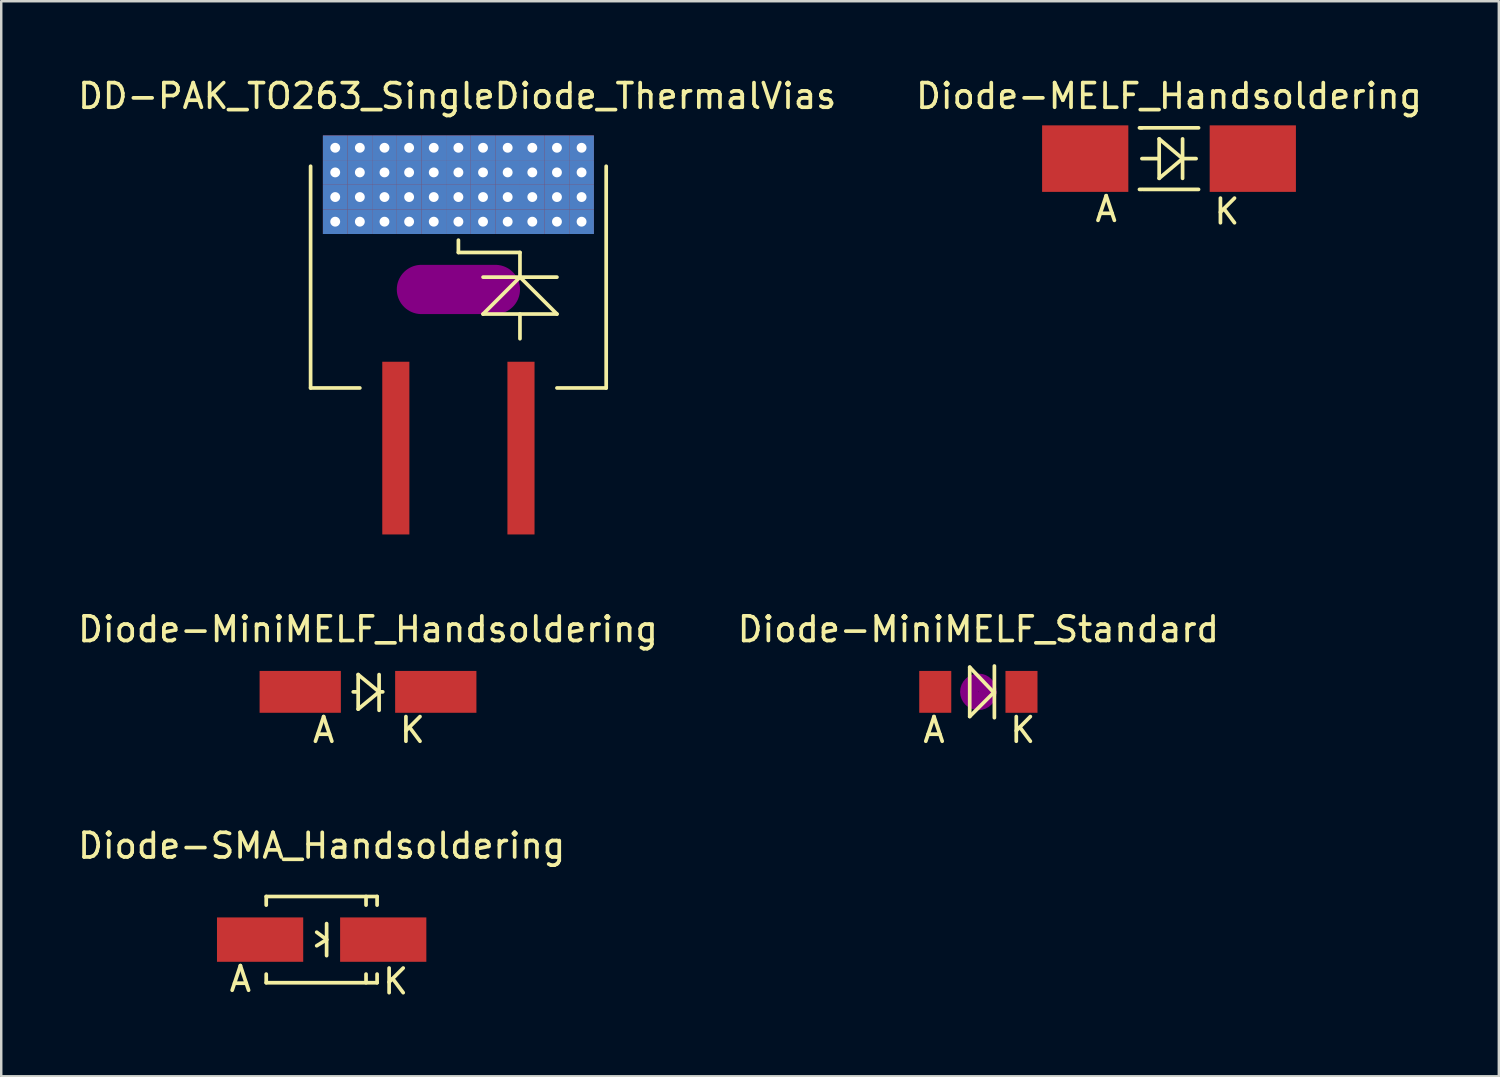
<source format=kicad_pcb>
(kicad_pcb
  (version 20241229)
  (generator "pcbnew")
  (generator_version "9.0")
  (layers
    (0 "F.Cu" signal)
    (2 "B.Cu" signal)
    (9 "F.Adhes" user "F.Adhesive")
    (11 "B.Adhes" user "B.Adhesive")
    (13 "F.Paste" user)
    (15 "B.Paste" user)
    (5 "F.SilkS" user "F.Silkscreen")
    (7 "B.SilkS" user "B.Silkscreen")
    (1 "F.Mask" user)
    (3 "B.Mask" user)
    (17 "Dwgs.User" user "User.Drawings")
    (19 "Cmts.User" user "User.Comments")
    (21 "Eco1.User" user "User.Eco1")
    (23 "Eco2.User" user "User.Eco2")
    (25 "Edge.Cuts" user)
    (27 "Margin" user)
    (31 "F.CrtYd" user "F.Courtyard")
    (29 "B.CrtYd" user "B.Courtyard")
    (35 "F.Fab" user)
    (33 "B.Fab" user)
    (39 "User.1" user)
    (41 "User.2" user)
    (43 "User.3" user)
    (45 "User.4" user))
  (footprint "Diode-MiniMELF_Standard"
    (layer "F.Cu")
    (at 36.661 25.032)
    (property "Reference" "Diode-MiniMELF_Standard" (at 0 -2.54 0) (layer "F.SilkS") (effects (font (size 1 1) (thickness 0.15))))
    (attr smd)
    (fp_line (start -0.351 -1.001) (end -0.351 1.001) (stroke (width 0.15) (type solid)) (layer "F.SilkS"))
    (fp_line (start -0.351 1.001) (end 0.65 0) (stroke (width 0.15) (type solid)) (layer "F.SilkS"))
    (fp_line (start 0.65 -1.049) (end 0.65 1.049) (stroke (width 0.15) (type solid)) (layer "F.SilkS"))
    (fp_line (start 0.65 0.051) (end -0.351 -1.001) (stroke (width 0.15) (type solid)) (layer "F.SilkS"))
    (fp_circle (center 0 0) (end 0 0.201) (stroke (width 0.381) (type solid)) (fill no) (layer "F.Adhes"))
    (fp_circle (center 0 0) (end 0 0.551) (stroke (width 0.381) (type solid)) (fill no) (layer "F.Adhes"))
    (fp_text user "A" (at -1.801 1.549 0) (layer "F.SilkS") (effects (font (size 1 1) (thickness 0.15))))
    (fp_text user "K" (at 1.801 1.549 0) (layer "F.SilkS") (effects (font (size 1 1) (thickness 0.15))))
    (pad "1" smd rect (at -1.75 0) (size 1.3 1.699) (layers "F.Cu" "F.Mask" "F.Paste"))
    (pad "2" smd rect (at 1.75 0) (size 1.3 1.699) (layers "F.Cu" "F.Mask" "F.Paste")))
  (footprint "Diode-MiniMELF_Handsoldering"
    (layer "F.Cu")
    (at 11.887 25.032)
    (property "Reference" "Diode-MiniMELF_Handsoldering" (at 0 -2.54 0) (layer "F.SilkS") (effects (font (size 1 1) (thickness 0.15))))
    (attr smd)
    (fp_line (start -0.399 -0.701) (end -0.399 0.701) (stroke (width 0.15) (type solid)) (layer "F.SilkS"))
    (fp_line (start -0.399 0) (end -0.599 0) (stroke (width 0.15) (type solid)) (layer "F.SilkS"))
    (fp_line (start -0.399 0.701) (end 0.45 0) (stroke (width 0.15) (type solid)) (layer "F.SilkS"))
    (fp_line (start 0.45 0) (end -0.399 -0.701) (stroke (width 0.15) (type solid)) (layer "F.SilkS"))
    (fp_line (start 0.45 0) (end 0.45 -0.701) (stroke (width 0.15) (type solid)) (layer "F.SilkS"))
    (fp_line (start 0.45 0) (end 0.45 0.749) (stroke (width 0.15) (type solid)) (layer "F.SilkS"))
    (fp_line (start 0.45 0) (end 0.599 0) (stroke (width 0.15) (type solid)) (layer "F.SilkS"))
    (fp_text user "K" (at 1.801 1.549 0) (layer "F.SilkS") (effects (font (size 1 1) (thickness 0.15))))
    (fp_text user "A" (at -1.801 1.549 0) (layer "F.SilkS") (effects (font (size 1 1) (thickness 0.15))))
    (pad "1" smd rect (at -2.751 0) (size 3.299 1.699) (layers "F.Cu" "F.Mask" "F.Paste"))
    (pad "2" smd rect (at 2.751 0) (size 3.299 1.699) (layers "F.Cu" "F.Mask" "F.Paste")))
  (footprint "Diode-MELF_Handsoldering"
    (layer "F.Cu")
    (at 44.399 3.388)
    (property "Reference" "Diode-MELF_Handsoldering" (at 0 -2.54 0) (layer "F.SilkS") (effects (font (size 1 1) (thickness 0.15))))
    (attr smd)
    (fp_line (start -1.1 -1.25) (end -1.199 -1.25) (stroke (width 0.15) (type solid)) (layer "F.SilkS"))
    (fp_line (start -1.1 1.25) (end -1.199 1.25) (stroke (width 0.15) (type solid)) (layer "F.SilkS"))
    (fp_line (start -0.399 -0.8) (end -0.399 0.8) (stroke (width 0.15) (type solid)) (layer "F.SilkS"))
    (fp_line (start -0.399 0) (end -1.1 0) (stroke (width 0.15) (type solid)) (layer "F.SilkS"))
    (fp_line (start -0.399 0.8) (end 0.551 0) (stroke (width 0.15) (type solid)) (layer "F.SilkS"))
    (fp_line (start 0.551 0) (end -0.399 -0.8) (stroke (width 0.15) (type solid)) (layer "F.SilkS"))
    (fp_line (start 0.551 0) (end 0.551 -0.8) (stroke (width 0.15) (type solid)) (layer "F.SilkS"))
    (fp_line (start 0.551 0) (end 0.551 0.8) (stroke (width 0.15) (type solid)) (layer "F.SilkS"))
    (fp_line (start 0.551 0) (end 1.1 0) (stroke (width 0.15) (type solid)) (layer "F.SilkS"))
    (fp_line (start 1.199 -1.25) (end -1.151 -1.25) (stroke (width 0.15) (type solid)) (layer "F.SilkS"))
    (fp_line (start 1.199 1.25) (end -1.049 1.25) (stroke (width 0.15) (type solid)) (layer "F.SilkS"))
    (fp_text user "A" (at -2.55 2.05 0) (layer "F.SilkS") (effects (font (size 1 1) (thickness 0.15))))
    (fp_text user "K" (at 2.349 2.149 0) (layer "F.SilkS") (effects (font (size 1 1) (thickness 0.15))))
    (pad "1" smd rect (at -3.401 0) (size 3.5 2.7) (layers "F.Cu" "F.Mask" "F.Paste"))
    (pad "2" smd rect (at 3.401 0) (size 3.5 2.7) (layers "F.Cu" "F.Mask" "F.Paste")))
  (footprint "Diode-SMA_Handsoldering"
    (layer "F.Cu")
    (at 10.006 35.088)
    (property "Reference" "Diode-SMA_Handsoldering" (at 0 -3.81 0) (layer "F.SilkS") (effects (font (size 1 1) (thickness 0.15))))
    (attr smd)
    (fp_line (start -2.25 -1.75) (end -2.25 -1.4) (stroke (width 0.15) (type solid)) (layer "F.SilkS"))
    (fp_line (start -2.25 -1.75) (end 2.25 -1.75) (stroke (width 0.15) (type solid)) (layer "F.SilkS"))
    (fp_line (start -2.25 1.75) (end -2.25 1.4) (stroke (width 0.15) (type solid)) (layer "F.SilkS"))
    (fp_line (start -2.25 1.75) (end 2.25 1.75) (stroke (width 0.15) (type solid)) (layer "F.SilkS"))
    (fp_line (start 0.201 -0.65) (end 0.201 0.65) (stroke (width 0.15) (type solid)) (layer "F.SilkS"))
    (fp_line (start 0.201 0) (end -0.201 -0.3) (stroke (width 0.15) (type solid)) (layer "F.SilkS"))
    (fp_line (start 0.201 0) (end -0.201 0.249) (stroke (width 0.15) (type solid)) (layer "F.SilkS"))
    (fp_line (start 1.801 -1.75) (end 1.801 -1.4) (stroke (width 0.15) (type solid)) (layer "F.SilkS"))
    (fp_line (start 1.801 1.75) (end 1.801 1.4) (stroke (width 0.15) (type solid)) (layer "F.SilkS"))
    (fp_line (start 2.25 -1.75) (end 2.25 -1.4) (stroke (width 0.15) (type solid)) (layer "F.SilkS"))
    (fp_line (start 2.25 1.75) (end 2.25 1.4) (stroke (width 0.15) (type solid)) (layer "F.SilkS"))
    (fp_text user "K" (at 3 1.699 0) (layer "F.SilkS") (effects (font (size 1 1) (thickness 0.15))))
    (fp_text user "A" (at -3.299 1.6 0) (layer "F.SilkS") (effects (font (size 1 1) (thickness 0.15))))
    (pad "1" smd rect (at -2.499 0) (size 3.5 1.801) (layers "F.Cu" "F.Mask" "F.Paste"))
    (pad "2" smd rect (at 2.499 0) (size 3.5 1.801) (layers "F.Cu" "F.Mask" "F.Paste")))
  (footprint "DD-PAK_TO263_SingleDiode_ThermalVias"
    (layer "F.Cu")
    (at 15.556 10.698)
    (property "Reference" "DD-PAK_TO263_SingleDiode_ThermalVias" (at -0.05 -9.85 0) (layer "F.SilkS") (effects (font (size 1 1) (thickness 0.15))))
    (attr smd)
    (fp_line (start -5.5 -8.25) (end 5.5 -8.25) (stroke (width 0.45) (type solid)) (layer "F.Mask"))
    (fp_line (start -5.5 -4.25) (end -5.5 -8.25) (stroke (width 0.45) (type solid)) (layer "F.Mask"))
    (fp_line (start -5.25 -7.25) (end 5.25 -7.25) (stroke (width 0.45) (type solid)) (layer "F.Mask"))
    (fp_line (start -5.25 -6.25) (end 5.25 -6.25) (stroke (width 0.45) (type solid)) (layer "F.Mask"))
    (fp_line (start -5.25 -5.25) (end 5.25 -5.25) (stroke (width 0.45) (type solid)) (layer "F.Mask"))
    (fp_line (start -4.5 -8.05) (end -4.5 -4.5) (stroke (width 0.45) (type solid)) (layer "F.Mask"))
    (fp_line (start -3.5 -8.05) (end -3.5 -4.5) (stroke (width 0.45) (type solid)) (layer "F.Mask"))
    (fp_line (start -2.5 -8.05) (end -2.5 -4.5) (stroke (width 0.45) (type solid)) (layer "F.Mask"))
    (fp_line (start -1.5 -8.05) (end -1.5 -4.5) (stroke (width 0.45) (type solid)) (layer "F.Mask"))
    (fp_line (start -0.5 -8.05) (end -0.5 -4.5) (stroke (width 0.45) (type solid)) (layer "F.Mask"))
    (fp_line (start 0.5 -8.05) (end 0.5 -4.5) (stroke (width 0.45) (type solid)) (layer "F.Mask"))
    (fp_line (start 1.5 -8.05) (end 1.5 -4.5) (stroke (width 0.45) (type solid)) (layer "F.Mask"))
    (fp_line (start 2.5 -8.05) (end 2.5 -4.5) (stroke (width 0.45) (type solid)) (layer "F.Mask"))
    (fp_line (start 3.5 -8.05) (end 3.5 -4.5) (stroke (width 0.45) (type solid)) (layer "F.Mask"))
    (fp_line (start 4.5 -8.05) (end 4.5 -4.5) (stroke (width 0.45) (type solid)) (layer "F.Mask"))
    (fp_line (start 5.5 -8.25) (end 5.5 -4.25) (stroke (width 0.45) (type solid)) (layer "F.Mask"))
    (fp_line (start 5.5 -4.25) (end -5.5 -4.25) (stroke (width 0.45) (type solid)) (layer "F.Mask"))
    (fp_circle (center -5 -7.75) (end -4.9 -7.75) (stroke (width 0.215) (type solid)) (fill no) (layer "F.Mask"))
    (fp_circle (center -5 -6.75) (end -4.9 -6.75) (stroke (width 0.215) (type solid)) (fill no) (layer "F.Mask"))
    (fp_circle (center -5 -5.75) (end -4.9 -5.75) (stroke (width 0.215) (type solid)) (fill no) (layer "F.Mask"))
    (fp_circle (center -5 -4.75) (end -4.9 -4.75) (stroke (width 0.215) (type solid)) (fill no) (layer "F.Mask"))
    (fp_circle (center -4 -7.75) (end -3.9 -7.75) (stroke (width 0.215) (type solid)) (fill no) (layer "F.Mask"))
    (fp_circle (center -4 -6.75) (end -3.9 -6.75) (stroke (width 0.215) (type solid)) (fill no) (layer "F.Mask"))
    (fp_circle (center -4 -5.75) (end -3.9 -5.75) (stroke (width 0.215) (type solid)) (fill no) (layer "F.Mask"))
    (fp_circle (center -4 -4.75) (end -3.9 -4.75) (stroke (width 0.215) (type solid)) (fill no) (layer "F.Mask"))
    (fp_circle (center -3 -7.75) (end -2.9 -7.75) (stroke (width 0.215) (type solid)) (fill no) (layer "F.Mask"))
    (fp_circle (center -3 -6.75) (end -2.9 -6.75) (stroke (width 0.215) (type solid)) (fill no) (layer "F.Mask"))
    (fp_circle (center -3 -5.75) (end -2.9 -5.75) (stroke (width 0.215) (type solid)) (fill no) (layer "F.Mask"))
    (fp_circle (center -3 -4.75) (end -2.9 -4.75) (stroke (width 0.215) (type solid)) (fill no) (layer "F.Mask"))
    (fp_circle (center -2 -7.75) (end -1.9 -7.75) (stroke (width 0.215) (type solid)) (fill no) (layer "F.Mask"))
    (fp_circle (center -2 -6.75) (end -1.9 -6.75) (stroke (width 0.215) (type solid)) (fill no) (layer "F.Mask"))
    (fp_circle (center -2 -5.75) (end -1.9 -5.75) (stroke (width 0.215) (type solid)) (fill no) (layer "F.Mask"))
    (fp_circle (center -2 -4.75) (end -1.9 -4.75) (stroke (width 0.215) (type solid)) (fill no) (layer "F.Mask"))
    (fp_circle (center -1 -7.75) (end -0.9 -7.75) (stroke (width 0.215) (type solid)) (fill no) (layer "F.Mask"))
    (fp_circle (center -1 -6.75) (end -0.9 -6.75) (stroke (width 0.215) (type solid)) (fill no) (layer "F.Mask"))
    (fp_circle (center -1 -5.75) (end -0.9 -5.75) (stroke (width 0.215) (type solid)) (fill no) (layer "F.Mask"))
    (fp_circle (center -1 -4.75) (end -0.9 -4.75) (stroke (width 0.215) (type solid)) (fill no) (layer "F.Mask"))
    (fp_circle (center 0 -7.75) (end 0.1 -7.75) (stroke (width 0.215) (type solid)) (fill no) (layer "F.Mask"))
    (fp_circle (center 0 -6.75) (end 0.1 -6.75) (stroke (width 0.215) (type solid)) (fill no) (layer "F.Mask"))
    (fp_circle (center 0 -5.75) (end 0.1 -5.75) (stroke (width 0.215) (type solid)) (fill no) (layer "F.Mask"))
    (fp_circle (center 0 -4.75) (end 0.1 -4.75) (stroke (width 0.215) (type solid)) (fill no) (layer "F.Mask"))
    (fp_circle (center 1 -7.75) (end 1.1 -7.75) (stroke (width 0.215) (type solid)) (fill no) (layer "F.Mask"))
    (fp_circle (center 1 -6.75) (end 1.1 -6.75) (stroke (width 0.215) (type solid)) (fill no) (layer "F.Mask"))
    (fp_circle (center 1 -5.75) (end 1.1 -5.75) (stroke (width 0.215) (type solid)) (fill no) (layer "F.Mask"))
    (fp_circle (center 1 -4.75) (end 1.1 -4.75) (stroke (width 0.215) (type solid)) (fill no) (layer "F.Mask"))
    (fp_circle (center 2 -7.75) (end 2.1 -7.75) (stroke (width 0.215) (type solid)) (fill no) (layer "F.Mask"))
    (fp_circle (center 2 -6.75) (end 2.1 -6.75) (stroke (width 0.215) (type solid)) (fill no) (layer "F.Mask"))
    (fp_circle (center 2 -5.75) (end 2.1 -5.75) (stroke (width 0.215) (type solid)) (fill no) (layer "F.Mask"))
    (fp_circle (center 2 -4.75) (end 2.1 -4.75) (stroke (width 0.215) (type solid)) (fill no) (layer "F.Mask"))
    (fp_circle (center 3 -7.75) (end 3.1 -7.75) (stroke (width 0.215) (type solid)) (fill no) (layer "F.Mask"))
    (fp_circle (center 3 -6.75) (end 3.1 -6.75) (stroke (width 0.215) (type solid)) (fill no) (layer "F.Mask"))
    (fp_circle (center 3 -5.75) (end 3.1 -5.75) (stroke (width 0.215) (type solid)) (fill no) (layer "F.Mask"))
    (fp_circle (center 3 -4.75) (end 3.1 -4.75) (stroke (width 0.215) (type solid)) (fill no) (layer "F.Mask"))
    (fp_circle (center 4 -7.75) (end 4.1 -7.75) (stroke (width 0.215) (type solid)) (fill no) (layer "F.Mask"))
    (fp_circle (center 4 -6.75) (end 4.1 -6.75) (stroke (width 0.215) (type solid)) (fill no) (layer "F.Mask"))
    (fp_circle (center 4 -5.75) (end 4.1 -5.75) (stroke (width 0.215) (type solid)) (fill no) (layer "F.Mask"))
    (fp_circle (center 4 -4.75) (end 4.1 -4.75) (stroke (width 0.215) (type solid)) (fill no) (layer "F.Mask"))
    (fp_circle (center 5 -7.75) (end 5.1 -7.75) (stroke (width 0.215) (type solid)) (fill no) (layer "F.Mask"))
    (fp_circle (center 5 -6.75) (end 5.1 -6.75) (stroke (width 0.215) (type solid)) (fill no) (layer "F.Mask"))
    (fp_circle (center 5 -5.75) (end 5.1 -5.75) (stroke (width 0.215) (type solid)) (fill no) (layer "F.Mask"))
    (fp_circle (center 5 -4.75) (end 5.1 -4.75) (stroke (width 0.215) (type solid)) (fill no) (layer "F.Mask"))
    (fp_line (start -5.999 -7) (end -5.999 1.999) (stroke (width 0.15) (type solid)) (layer "F.SilkS"))
    (fp_line (start -5.999 1.999) (end -4 1.999) (stroke (width 0.15) (type solid)) (layer "F.SilkS"))
    (fp_line (start 0 -3.5) (end 0 -4) (stroke (width 0.15) (type solid)) (layer "F.SilkS"))
    (fp_line (start 1.001 -2.499) (end 4 -2.499) (stroke (width 0.15) (type solid)) (layer "F.SilkS"))
    (fp_line (start 1.001 -1.001) (end 4 -1.001) (stroke (width 0.15) (type solid)) (layer "F.SilkS"))
    (fp_line (start 2.499 -3.5) (end 0 -3.5) (stroke (width 0.15) (type solid)) (layer "F.SilkS"))
    (fp_line (start 2.499 -2.499) (end 1.001 -1.001) (stroke (width 0.15) (type solid)) (layer "F.SilkS"))
    (fp_line (start 2.499 -2.499) (end 2.499 -3.5) (stroke (width 0.15) (type solid)) (layer "F.SilkS"))
    (fp_line (start 2.499 -1.001) (end 2.499 0) (stroke (width 0.15) (type solid)) (layer "F.SilkS"))
    (fp_line (start 4 -1.001) (end 2.499 -2.499) (stroke (width 0.15) (type solid)) (layer "F.SilkS"))
    (fp_line (start 4 1.999) (end 5.999 1.999) (stroke (width 0.15) (type solid)) (layer "F.SilkS"))
    (fp_line (start 5.999 1.999) (end 5.999 -7) (stroke (width 0.15) (type solid)) (layer "F.SilkS"))
    (fp_line (start -5.25 -7.25) (end 5.25 -7.25) (stroke (width 0.45) (type solid)) (layer "F.Paste"))
    (fp_line (start -5.25 -6.25) (end 5.25 -6.25) (stroke (width 0.45) (type solid)) (layer "F.Paste"))
    (fp_line (start -5.25 -5.25) (end 5.25 -5.25) (stroke (width 0.45) (type solid)) (layer "F.Paste"))
    (fp_line (start -4.5 -8.05) (end -4.5 -4.5) (stroke (width 0.45) (type solid)) (layer "F.Paste"))
    (fp_line (start -3.5 -8.05) (end -3.5 -4.5) (stroke (width 0.45) (type solid)) (layer "F.Paste"))
    (fp_line (start -2.5 -8.05) (end -2.5 -4.5) (stroke (width 0.45) (type solid)) (layer "F.Paste"))
    (fp_line (start -1.5 -8.05) (end -1.5 -4.5) (stroke (width 0.45) (type solid)) (layer "F.Paste"))
    (fp_line (start -0.5 -8.05) (end -0.5 -4.5) (stroke (width 0.45) (type solid)) (layer "F.Paste"))
    (fp_line (start 0.5 -8.05) (end 0.5 -4.5) (stroke (width 0.45) (type solid)) (layer "F.Paste"))
    (fp_line (start 1.5 -8.05) (end 1.5 -4.5) (stroke (width 0.45) (type solid)) (layer "F.Paste"))
    (fp_line (start 2.5 -8.05) (end 2.5 -4.5) (stroke (width 0.45) (type solid)) (layer "F.Paste"))
    (fp_line (start 3.5 -8.05) (end 3.5 -4.5) (stroke (width 0.45) (type solid)) (layer "F.Paste"))
    (fp_line (start 4.5 -8.05) (end 4.5 -4.5) (stroke (width 0.45) (type solid)) (layer "F.Paste"))
    (pad "" smd oval (at 0 -1.999) (size 5.001 1.999) (layers "F.Adhes"))
    (pad "1" smd rect (at -2.54 4.44) (size 1.1 7.01) (layers "F.Cu" "F.Mask" "F.Paste"))
    (pad "2" thru_hole rect (at -5 -7.75) (size 1 1) (drill 0.4) (layers "*.Cu" "B.Mask"))
    (pad "2" thru_hole rect (at -5 -6.75) (size 1 1) (drill 0.4) (layers "*.Cu" "B.Mask"))
    (pad "2" thru_hole rect (at -5 -5.75) (size 1 1) (drill 0.4) (layers "*.Cu" "B.Mask"))
    (pad "2" thru_hole rect (at -5 -4.75) (size 1 1) (drill 0.4) (layers "*.Cu" "B.Mask"))
    (pad "2" thru_hole rect (at -4 -7.75) (size 1 1) (drill 0.4) (layers "*.Cu" "B.Mask"))
    (pad "2" thru_hole rect (at -4 -6.75) (size 1 1) (drill 0.4) (layers "*.Cu" "B.Mask"))
    (pad "2" thru_hole rect (at -4 -5.75) (size 1 1) (drill 0.4) (layers "*.Cu" "B.Mask"))
    (pad "2" thru_hole rect (at -4 -4.75) (size 1 1) (drill 0.4) (layers "*.Cu" "B.Mask"))
    (pad "2" thru_hole rect (at -3 -7.75) (size 1 1) (drill 0.4) (layers "*.Cu" "B.Mask"))
    (pad "2" thru_hole rect (at -3 -6.75) (size 1 1) (drill 0.4) (layers "*.Cu" "B.Mask"))
    (pad "2" thru_hole rect (at -3 -5.75) (size 1 1) (drill 0.4) (layers "*.Cu" "B.Mask"))
    (pad "2" thru_hole rect (at -3 -4.75) (size 1 1) (drill 0.4) (layers "*.Cu" "B.Mask"))
    (pad "2" thru_hole rect (at -2 -7.75) (size 1 1) (drill 0.4) (layers "*.Cu" "B.Mask"))
    (pad "2" thru_hole rect (at -2 -6.75) (size 1 1) (drill 0.4) (layers "*.Cu" "B.Mask"))
    (pad "2" thru_hole rect (at -2 -5.75) (size 1 1) (drill 0.4) (layers "*.Cu" "B.Mask"))
    (pad "2" thru_hole rect (at -2 -4.75) (size 1 1) (drill 0.4) (layers "*.Cu" "B.Mask"))
    (pad "2" thru_hole rect (at -1 -7.75) (size 1 1) (drill 0.4) (layers "*.Cu" "B.Mask"))
    (pad "2" thru_hole rect (at -1 -6.75) (size 1 1) (drill 0.4) (layers "*.Cu" "B.Mask"))
    (pad "2" thru_hole rect (at -1 -5.75) (size 1 1) (drill 0.4) (layers "*.Cu" "B.Mask"))
    (pad "2" thru_hole rect (at -1 -4.75) (size 1 1) (drill 0.4) (layers "*.Cu" "B.Mask"))
    (pad "2" thru_hole rect (at 0 -7.75) (size 1 1) (drill 0.4) (layers "*.Cu" "B.Mask"))
    (pad "2" thru_hole rect (at 0 -6.75) (size 1 1) (drill 0.4) (layers "*.Cu" "B.Mask"))
    (pad "2" thru_hole rect (at 0 -5.75) (size 1 1) (drill 0.4) (layers "*.Cu" "B.Mask"))
    (pad "2" thru_hole rect (at 0 -4.75) (size 1 1) (drill 0.4) (layers "*.Cu" "B.Mask"))
    (pad "2" thru_hole rect (at 1 -7.75) (size 1 1) (drill 0.4) (layers "*.Cu" "B.Mask"))
    (pad "2" thru_hole rect (at 1 -6.75) (size 1 1) (drill 0.4) (layers "*.Cu" "B.Mask"))
    (pad "2" thru_hole rect (at 1 -5.75) (size 1 1) (drill 0.4) (layers "*.Cu" "B.Mask"))
    (pad "2" thru_hole rect (at 1 -4.75) (size 1 1) (drill 0.4) (layers "*.Cu" "B.Mask"))
    (pad "2" thru_hole rect (at 2 -7.75) (size 1 1) (drill 0.4) (layers "*.Cu" "B.Mask"))
    (pad "2" thru_hole rect (at 2 -6.75) (size 1 1) (drill 0.4) (layers "*.Cu" "B.Mask"))
    (pad "2" thru_hole rect (at 2 -5.75) (size 1 1) (drill 0.4) (layers "*.Cu" "B.Mask"))
    (pad "2" thru_hole rect (at 2 -4.75) (size 1 1) (drill 0.4) (layers "*.Cu" "B.Mask"))
    (pad "2" thru_hole rect (at 3 -7.75) (size 1 1) (drill 0.4) (layers "*.Cu" "B.Mask"))
    (pad "2" thru_hole rect (at 3 -6.75) (size 1 1) (drill 0.4) (layers "*.Cu" "B.Mask"))
    (pad "2" thru_hole rect (at 3 -5.75) (size 1 1) (drill 0.4) (layers "*.Cu" "B.Mask"))
    (pad "2" thru_hole rect (at 3 -4.75) (size 1 1) (drill 0.4) (layers "*.Cu" "B.Mask"))
    (pad "2" thru_hole rect (at 4 -7.75) (size 1 1) (drill 0.4) (layers "*.Cu" "B.Mask"))
    (pad "2" thru_hole rect (at 4 -6.75) (size 1 1) (drill 0.4) (layers "*.Cu" "B.Mask"))
    (pad "2" thru_hole rect (at 4 -5.75) (size 1 1) (drill 0.4) (layers "*.Cu" "B.Mask"))
    (pad "2" thru_hole rect (at 4 -4.75) (size 1 1) (drill 0.4) (layers "*.Cu" "B.Mask"))
    (pad "2" thru_hole rect (at 5 -7.75) (size 1 1) (drill 0.4) (layers "*.Cu" "B.Mask"))
    (pad "2" thru_hole rect (at 5 -6.75) (size 1 1) (drill 0.4) (layers "*.Cu" "B.Mask"))
    (pad "2" thru_hole rect (at 5 -5.75) (size 1 1) (drill 0.4) (layers "*.Cu" "B.Mask"))
    (pad "2" thru_hole rect (at 5 -4.75) (size 1 1) (drill 0.4) (layers "*.Cu" "B.Mask"))
    (pad "3" smd rect (at 2.54 4.44) (size 1.1 7.01) (layers "F.Cu" "F.Mask" "F.Paste")))
  (gr_rect
    (start -3 -3)
    (end 57.786 40.635)
    (stroke (width 0.1) (type default))
    (fill no)
    (layer "Edge.Cuts")))
</source>
